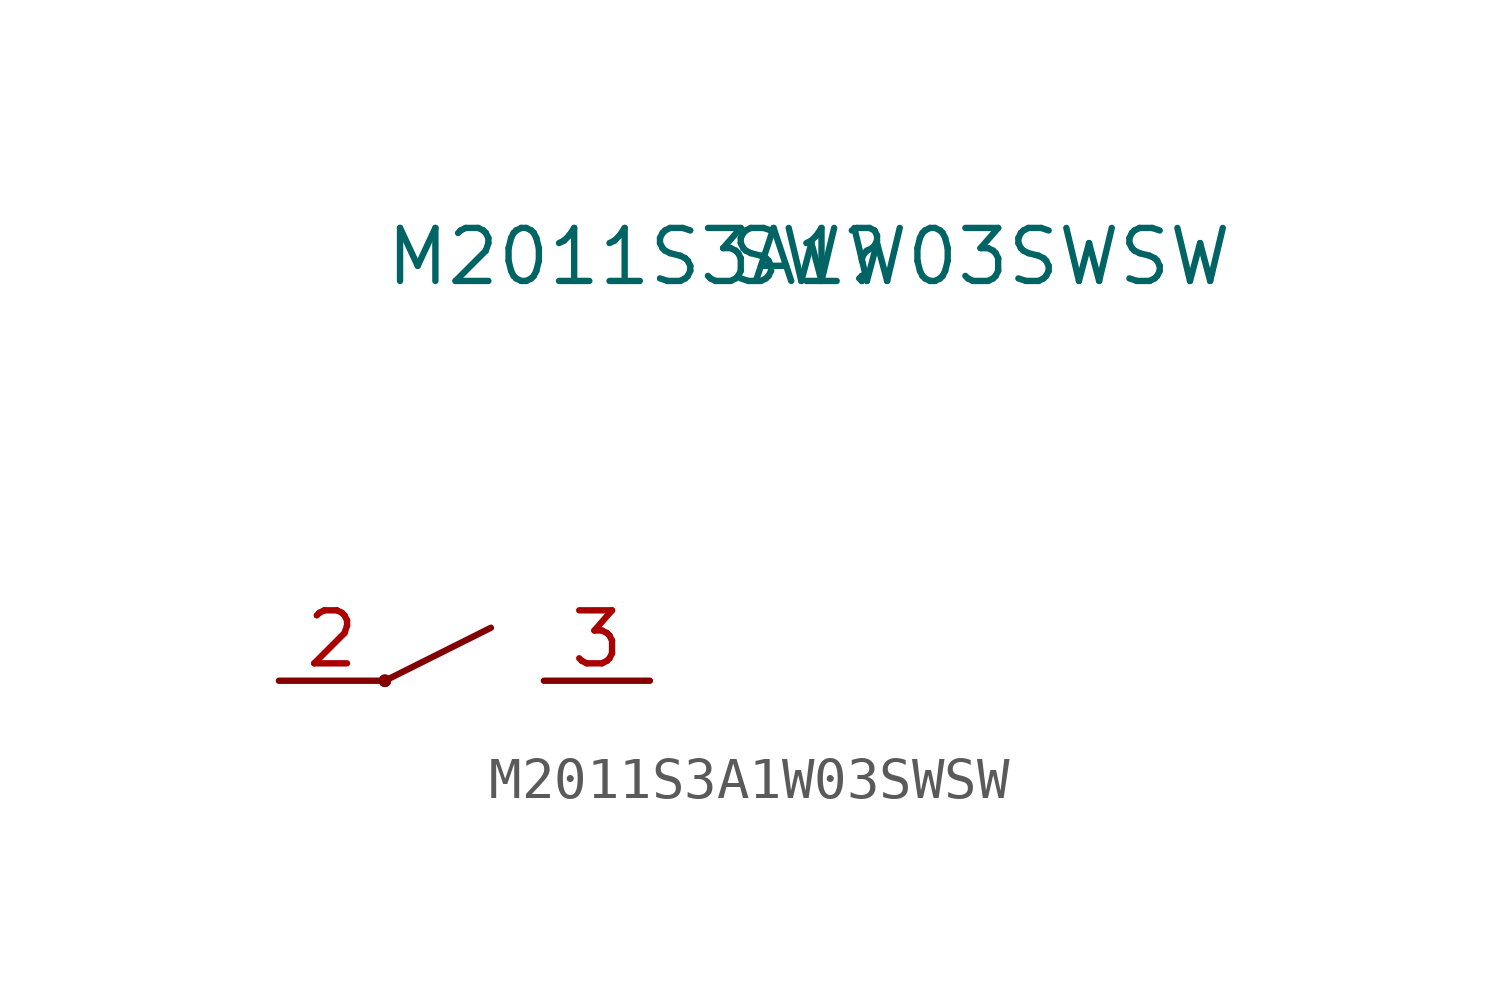
<source format=kicad_sym>
(kicad_symbol_lib
  (version 20241209)
  (generator "kicad_symbol_editor")
  (generator_version "9.0")
  (symbol "M2011S3A1W03SWSW"
    (pin_names
      (hide yes))
    (property "Reference" "SW"
      (at 0 0 0)
      (effects (font (size 1.27 1.27))))
    (property "Value" "M2011S3A1W03SWSW"
      (at 0 0 0)
      (effects (font (size 1.27 1.27))))
    (symbol "M2011S3A1W03SWSW_0_1"
      (circle (center -10.16 -10.16) (radius 0.0001) (stroke (width 0) (type default)) (fill (type none)))
      (circle (center -10.16 -10.16) (radius 0.0001) (stroke (width 0) (type default)) (fill (type none)))
      (polyline (pts (xy -10.16 -10.16) (xy -7.62 -8.89)) (stroke (width 0) (type default)) (fill (type none))))
    (symbol "M2011S3A1W03SWSW_1_1"
      (pin passive line (at -12.7 -10.16 0) (length 2.54) (name "" (effects (font (size 1.27 1.27)))) (number "2" (effects (font (size 1.27 1.27)))))
      (pin passive line (at -3.81 -10.16 180) (length 2.54) (name "A" (effects (font (size 1.27 1.27)))) (number "3" (effects (font (size 1.27 1.27))))))))
</source>
